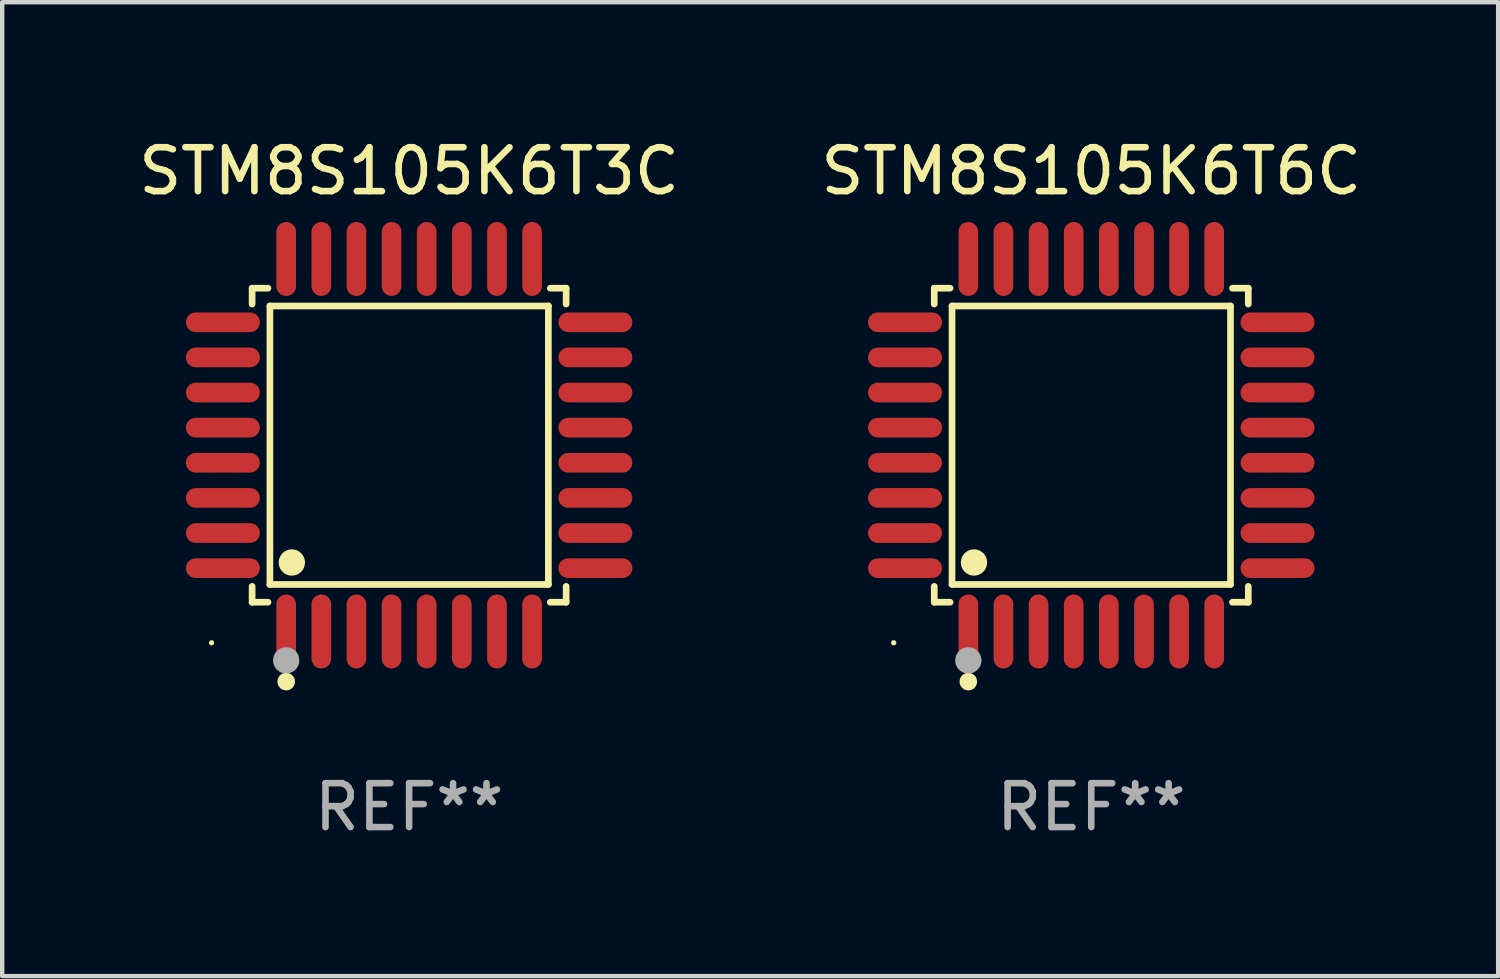
<source format=kicad_pcb>
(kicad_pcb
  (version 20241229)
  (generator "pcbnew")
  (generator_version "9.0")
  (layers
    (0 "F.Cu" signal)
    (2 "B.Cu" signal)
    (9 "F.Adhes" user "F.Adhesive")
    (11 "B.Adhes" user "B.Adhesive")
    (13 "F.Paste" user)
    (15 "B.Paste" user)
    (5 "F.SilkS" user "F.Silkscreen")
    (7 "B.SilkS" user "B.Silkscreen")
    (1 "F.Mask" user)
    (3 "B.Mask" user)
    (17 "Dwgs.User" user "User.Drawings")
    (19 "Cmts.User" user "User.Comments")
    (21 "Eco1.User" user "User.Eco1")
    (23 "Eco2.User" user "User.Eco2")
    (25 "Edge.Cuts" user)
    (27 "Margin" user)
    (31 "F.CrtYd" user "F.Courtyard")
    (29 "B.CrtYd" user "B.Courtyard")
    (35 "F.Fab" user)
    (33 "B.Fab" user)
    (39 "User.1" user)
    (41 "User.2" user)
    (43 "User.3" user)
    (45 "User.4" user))
  (footprint "STM8S105K6T6C"
    (layer "F.Cu")
    (at 21.804 7.09)
    (property "Reference" "STM8S105K6T6C" (at 0 -6.242 0) (layer "F.SilkS") (effects (font (size 1 1) (thickness 0.15))))
    (attr through_hole)
    (fp_line (start -3.576 -3.576) (end -3.215 -3.576) (stroke (width 0.152) (type solid)) (layer "F.SilkS"))
    (fp_line (start -3.576 -3.215) (end -3.576 -3.576) (stroke (width 0.152) (type solid)) (layer "F.SilkS"))
    (fp_line (start -3.576 3.215) (end -3.576 3.576) (stroke (width 0.152) (type solid)) (layer "F.SilkS"))
    (fp_line (start -3.576 3.576) (end -3.215 3.576) (stroke (width 0.152) (type solid)) (layer "F.SilkS"))
    (fp_line (start -3.171 -3.171) (end 3.171 -3.171) (stroke (width 0.152) (type solid)) (layer "F.SilkS"))
    (fp_line (start -3.171 3.171) (end -3.171 -3.171) (stroke (width 0.152) (type solid)) (layer "F.SilkS"))
    (fp_line (start 3.171 -3.171) (end 3.171 3.171) (stroke (width 0.152) (type solid)) (layer "F.SilkS"))
    (fp_line (start 3.171 3.171) (end -3.171 3.171) (stroke (width 0.152) (type solid)) (layer "F.SilkS"))
    (fp_line (start 3.576 -3.576) (end 3.215 -3.576) (stroke (width 0.152) (type solid)) (layer "F.SilkS"))
    (fp_line (start 3.576 -3.215) (end 3.576 -3.576) (stroke (width 0.152) (type solid)) (layer "F.SilkS"))
    (fp_line (start 3.576 3.215) (end 3.576 3.576) (stroke (width 0.152) (type solid)) (layer "F.SilkS"))
    (fp_line (start 3.576 3.576) (end 3.215 3.576) (stroke (width 0.152) (type solid)) (layer "F.SilkS"))
    (fp_circle (center -4.5 4.5) (end -4.47 4.5) (stroke (width 0.06) (type solid)) (fill no) (layer "F.SilkS"))
    (fp_circle (center -2.8 5.384) (end -2.7 5.384) (stroke (width 0.2) (type solid)) (fill no) (layer "F.SilkS"))
    (fp_circle (center -2.671 2.671) (end -2.521 2.671) (stroke (width 0.3) (type solid)) (fill no) (layer "F.SilkS"))
    (fp_circle (center -2.8 4.9) (end -2.65 4.9) (stroke (width 0.3) (type solid)) (fill no) (layer "F.Fab"))
    (fp_text user "REF**" (at 0 8.242 0) (layer "F.Fab") (effects (font (size 1 1) (thickness 0.15))))
    (pad "1" smd oval (at -2.8 4.242) (size 0.448 1.684) (layers "F.Cu" "F.Mask" "F.Paste"))
    (pad "2" smd oval (at -2 4.242) (size 0.448 1.684) (layers "F.Cu" "F.Mask" "F.Paste"))
    (pad "3" smd oval (at -1.2 4.242) (size 0.448 1.684) (layers "F.Cu" "F.Mask" "F.Paste"))
    (pad "4" smd oval (at -0.4 4.242) (size 0.448 1.684) (layers "F.Cu" "F.Mask" "F.Paste"))
    (pad "5" smd oval (at 0.4 4.242) (size 0.448 1.684) (layers "F.Cu" "F.Mask" "F.Paste"))
    (pad "6" smd oval (at 1.2 4.242) (size 0.448 1.684) (layers "F.Cu" "F.Mask" "F.Paste"))
    (pad "7" smd oval (at 2 4.242) (size 0.448 1.684) (layers "F.Cu" "F.Mask" "F.Paste"))
    (pad "8" smd oval (at 2.8 4.242) (size 0.448 1.684) (layers "F.Cu" "F.Mask" "F.Paste"))
    (pad "9" smd oval (at 4.242 2.8) (size 1.684 0.448) (layers "F.Cu" "F.Mask" "F.Paste"))
    (pad "10" smd oval (at 4.242 2) (size 1.684 0.448) (layers "F.Cu" "F.Mask" "F.Paste"))
    (pad "11" smd oval (at 4.242 1.2) (size 1.684 0.448) (layers "F.Cu" "F.Mask" "F.Paste"))
    (pad "12" smd oval (at 4.242 0.4) (size 1.684 0.448) (layers "F.Cu" "F.Mask" "F.Paste"))
    (pad "13" smd oval (at 4.242 -0.4) (size 1.684 0.448) (layers "F.Cu" "F.Mask" "F.Paste"))
    (pad "14" smd oval (at 4.242 -1.2) (size 1.684 0.448) (layers "F.Cu" "F.Mask" "F.Paste"))
    (pad "15" smd oval (at 4.242 -2) (size 1.684 0.448) (layers "F.Cu" "F.Mask" "F.Paste"))
    (pad "16" smd oval (at 4.242 -2.8) (size 1.684 0.448) (layers "F.Cu" "F.Mask" "F.Paste"))
    (pad "17" smd oval (at 2.8 -4.242) (size 0.448 1.684) (layers "F.Cu" "F.Mask" "F.Paste"))
    (pad "18" smd oval (at 2 -4.242) (size 0.448 1.684) (layers "F.Cu" "F.Mask" "F.Paste"))
    (pad "19" smd oval (at 1.2 -4.242) (size 0.448 1.684) (layers "F.Cu" "F.Mask" "F.Paste"))
    (pad "20" smd oval (at 0.4 -4.242) (size 0.448 1.684) (layers "F.Cu" "F.Mask" "F.Paste"))
    (pad "21" smd oval (at -0.4 -4.242) (size 0.448 1.684) (layers "F.Cu" "F.Mask" "F.Paste"))
    (pad "22" smd oval (at -1.2 -4.242) (size 0.448 1.684) (layers "F.Cu" "F.Mask" "F.Paste"))
    (pad "23" smd oval (at -2 -4.242) (size 0.448 1.684) (layers "F.Cu" "F.Mask" "F.Paste"))
    (pad "24" smd oval (at -2.8 -4.242) (size 0.448 1.684) (layers "F.Cu" "F.Mask" "F.Paste"))
    (pad "25" smd oval (at -4.242 -2.8) (size 1.684 0.448) (layers "F.Cu" "F.Mask" "F.Paste"))
    (pad "26" smd oval (at -4.242 -2) (size 1.684 0.448) (layers "F.Cu" "F.Mask" "F.Paste"))
    (pad "27" smd oval (at -4.242 -1.2) (size 1.684 0.448) (layers "F.Cu" "F.Mask" "F.Paste"))
    (pad "28" smd oval (at -4.242 -0.4) (size 1.684 0.448) (layers "F.Cu" "F.Mask" "F.Paste"))
    (pad "29" smd oval (at -4.242 0.4) (size 1.684 0.448) (layers "F.Cu" "F.Mask" "F.Paste"))
    (pad "30" smd oval (at -4.242 1.2) (size 1.684 0.448) (layers "F.Cu" "F.Mask" "F.Paste"))
    (pad "31" smd oval (at -4.242 2) (size 1.684 0.448) (layers "F.Cu" "F.Mask" "F.Paste"))
    (pad "32" smd oval (at -4.242 2.8) (size 1.684 0.448) (layers "F.Cu" "F.Mask" "F.Paste")))
  (footprint "STM8S105K6T3C"
    (layer "F.Cu")
    (at 6.268 7.09)
    (property "Reference" "STM8S105K6T3C" (at 0 -6.242 0) (layer "F.SilkS") (effects (font (size 1 1) (thickness 0.15))))
    (attr through_hole)
    (fp_line (start -3.576 -3.576) (end -3.215 -3.576) (stroke (width 0.152) (type solid)) (layer "F.SilkS"))
    (fp_line (start -3.576 -3.215) (end -3.576 -3.576) (stroke (width 0.152) (type solid)) (layer "F.SilkS"))
    (fp_line (start -3.576 3.215) (end -3.576 3.576) (stroke (width 0.152) (type solid)) (layer "F.SilkS"))
    (fp_line (start -3.576 3.576) (end -3.215 3.576) (stroke (width 0.152) (type solid)) (layer "F.SilkS"))
    (fp_line (start -3.171 -3.171) (end 3.171 -3.171) (stroke (width 0.152) (type solid)) (layer "F.SilkS"))
    (fp_line (start -3.171 3.171) (end -3.171 -3.171) (stroke (width 0.152) (type solid)) (layer "F.SilkS"))
    (fp_line (start 3.171 -3.171) (end 3.171 3.171) (stroke (width 0.152) (type solid)) (layer "F.SilkS"))
    (fp_line (start 3.171 3.171) (end -3.171 3.171) (stroke (width 0.152) (type solid)) (layer "F.SilkS"))
    (fp_line (start 3.576 -3.576) (end 3.215 -3.576) (stroke (width 0.152) (type solid)) (layer "F.SilkS"))
    (fp_line (start 3.576 -3.215) (end 3.576 -3.576) (stroke (width 0.152) (type solid)) (layer "F.SilkS"))
    (fp_line (start 3.576 3.215) (end 3.576 3.576) (stroke (width 0.152) (type solid)) (layer "F.SilkS"))
    (fp_line (start 3.576 3.576) (end 3.215 3.576) (stroke (width 0.152) (type solid)) (layer "F.SilkS"))
    (fp_circle (center -4.5 4.5) (end -4.47 4.5) (stroke (width 0.06) (type solid)) (fill no) (layer "F.SilkS"))
    (fp_circle (center -2.8 5.384) (end -2.7 5.384) (stroke (width 0.2) (type solid)) (fill no) (layer "F.SilkS"))
    (fp_circle (center -2.671 2.671) (end -2.521 2.671) (stroke (width 0.3) (type solid)) (fill no) (layer "F.SilkS"))
    (fp_circle (center -2.8 4.9) (end -2.65 4.9) (stroke (width 0.3) (type solid)) (fill no) (layer "F.Fab"))
    (fp_text user "REF**" (at 0 8.242 0) (layer "F.Fab") (effects (font (size 1 1) (thickness 0.15))))
    (pad "1" smd oval (at -2.8 4.242) (size 0.448 1.684) (layers "F.Cu" "F.Mask" "F.Paste"))
    (pad "2" smd oval (at -2 4.242) (size 0.448 1.684) (layers "F.Cu" "F.Mask" "F.Paste"))
    (pad "3" smd oval (at -1.2 4.242) (size 0.448 1.684) (layers "F.Cu" "F.Mask" "F.Paste"))
    (pad "4" smd oval (at -0.4 4.242) (size 0.448 1.684) (layers "F.Cu" "F.Mask" "F.Paste"))
    (pad "5" smd oval (at 0.4 4.242) (size 0.448 1.684) (layers "F.Cu" "F.Mask" "F.Paste"))
    (pad "6" smd oval (at 1.2 4.242) (size 0.448 1.684) (layers "F.Cu" "F.Mask" "F.Paste"))
    (pad "7" smd oval (at 2 4.242) (size 0.448 1.684) (layers "F.Cu" "F.Mask" "F.Paste"))
    (pad "8" smd oval (at 2.8 4.242) (size 0.448 1.684) (layers "F.Cu" "F.Mask" "F.Paste"))
    (pad "9" smd oval (at 4.242 2.8) (size 1.684 0.448) (layers "F.Cu" "F.Mask" "F.Paste"))
    (pad "10" smd oval (at 4.242 2) (size 1.684 0.448) (layers "F.Cu" "F.Mask" "F.Paste"))
    (pad "11" smd oval (at 4.242 1.2) (size 1.684 0.448) (layers "F.Cu" "F.Mask" "F.Paste"))
    (pad "12" smd oval (at 4.242 0.4) (size 1.684 0.448) (layers "F.Cu" "F.Mask" "F.Paste"))
    (pad "13" smd oval (at 4.242 -0.4) (size 1.684 0.448) (layers "F.Cu" "F.Mask" "F.Paste"))
    (pad "14" smd oval (at 4.242 -1.2) (size 1.684 0.448) (layers "F.Cu" "F.Mask" "F.Paste"))
    (pad "15" smd oval (at 4.242 -2) (size 1.684 0.448) (layers "F.Cu" "F.Mask" "F.Paste"))
    (pad "16" smd oval (at 4.242 -2.8) (size 1.684 0.448) (layers "F.Cu" "F.Mask" "F.Paste"))
    (pad "17" smd oval (at 2.8 -4.242) (size 0.448 1.684) (layers "F.Cu" "F.Mask" "F.Paste"))
    (pad "18" smd oval (at 2 -4.242) (size 0.448 1.684) (layers "F.Cu" "F.Mask" "F.Paste"))
    (pad "19" smd oval (at 1.2 -4.242) (size 0.448 1.684) (layers "F.Cu" "F.Mask" "F.Paste"))
    (pad "20" smd oval (at 0.4 -4.242) (size 0.448 1.684) (layers "F.Cu" "F.Mask" "F.Paste"))
    (pad "21" smd oval (at -0.4 -4.242) (size 0.448 1.684) (layers "F.Cu" "F.Mask" "F.Paste"))
    (pad "22" smd oval (at -1.2 -4.242) (size 0.448 1.684) (layers "F.Cu" "F.Mask" "F.Paste"))
    (pad "23" smd oval (at -2 -4.242) (size 0.448 1.684) (layers "F.Cu" "F.Mask" "F.Paste"))
    (pad "24" smd oval (at -2.8 -4.242) (size 0.448 1.684) (layers "F.Cu" "F.Mask" "F.Paste"))
    (pad "25" smd oval (at -4.242 -2.8) (size 1.684 0.448) (layers "F.Cu" "F.Mask" "F.Paste"))
    (pad "26" smd oval (at -4.242 -2) (size 1.684 0.448) (layers "F.Cu" "F.Mask" "F.Paste"))
    (pad "27" smd oval (at -4.242 -1.2) (size 1.684 0.448) (layers "F.Cu" "F.Mask" "F.Paste"))
    (pad "28" smd oval (at -4.242 -0.4) (size 1.684 0.448) (layers "F.Cu" "F.Mask" "F.Paste"))
    (pad "29" smd oval (at -4.242 0.4) (size 1.684 0.448) (layers "F.Cu" "F.Mask" "F.Paste"))
    (pad "30" smd oval (at -4.242 1.2) (size 1.684 0.448) (layers "F.Cu" "F.Mask" "F.Paste"))
    (pad "31" smd oval (at -4.242 2) (size 1.684 0.448) (layers "F.Cu" "F.Mask" "F.Paste"))
    (pad "32" smd oval (at -4.242 2.8) (size 1.684 0.448) (layers "F.Cu" "F.Mask" "F.Paste")))
  (gr_rect
    (start -3 -3)
    (end 31.071 19.181)
    (stroke (width 0.1) (type default))
    (fill no)
    (layer "Edge.Cuts")))
</source>
